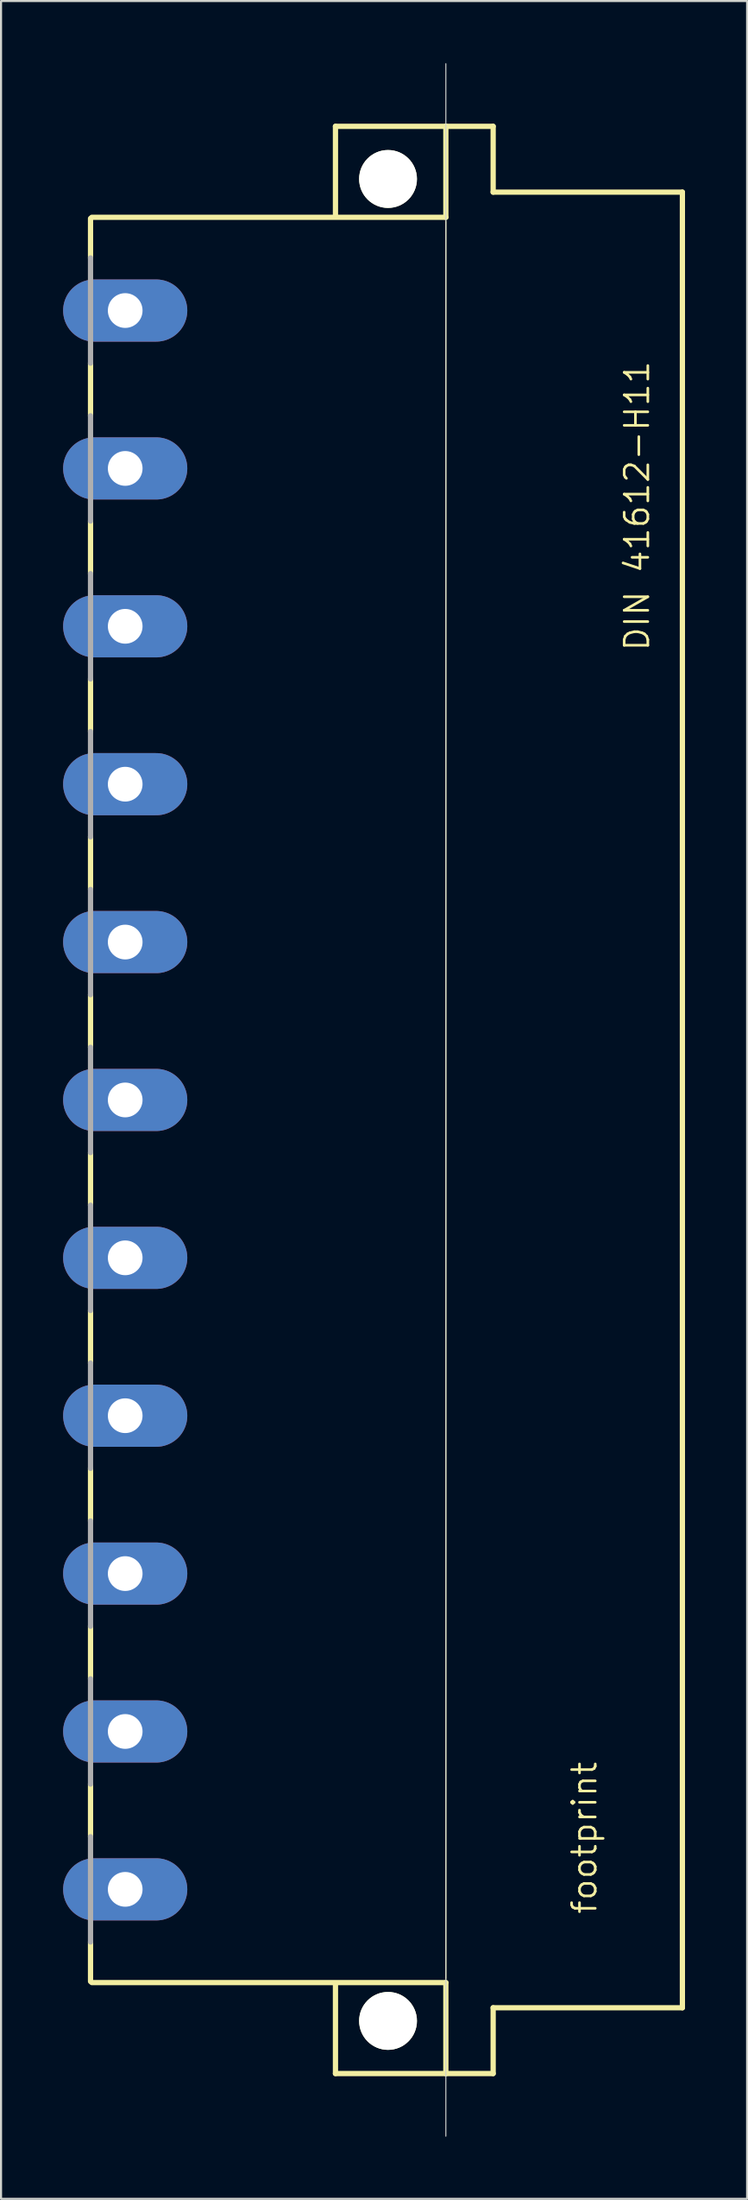
<source format=kicad_pcb>
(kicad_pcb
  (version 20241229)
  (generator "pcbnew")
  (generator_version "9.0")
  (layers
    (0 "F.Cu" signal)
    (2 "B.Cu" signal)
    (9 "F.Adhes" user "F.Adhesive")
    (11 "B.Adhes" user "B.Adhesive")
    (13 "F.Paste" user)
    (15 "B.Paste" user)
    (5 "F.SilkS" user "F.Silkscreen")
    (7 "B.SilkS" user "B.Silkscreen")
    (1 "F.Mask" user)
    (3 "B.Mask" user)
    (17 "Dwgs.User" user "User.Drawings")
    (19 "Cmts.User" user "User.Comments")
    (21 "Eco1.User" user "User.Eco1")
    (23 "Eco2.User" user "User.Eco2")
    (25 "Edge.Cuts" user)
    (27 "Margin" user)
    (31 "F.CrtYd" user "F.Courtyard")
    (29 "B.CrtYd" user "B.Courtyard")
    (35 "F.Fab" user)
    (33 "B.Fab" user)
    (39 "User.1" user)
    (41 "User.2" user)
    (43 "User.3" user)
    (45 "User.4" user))
  (footprint "footprint"
    (layer "F.Cu")
    (at 15.7 50.038)
    (property "Reference" "footprint" (at 10.16 39.37 90) (layer "F.SilkS") (effects (font (size 1.143 1.143) (thickness 0.127)) (justify left bottom)))
    (fp_line (start -14.376 -42.545) (end -14.376 -40.64) (stroke (width 0.254) (type solid)) (layer "F.SilkS"))
    (fp_line (start -14.376 -35.56) (end -14.376 -33.02) (stroke (width 0.254) (type solid)) (layer "F.SilkS"))
    (fp_line (start -14.376 -27.94) (end -14.376 -25.4) (stroke (width 0.254) (type solid)) (layer "F.SilkS"))
    (fp_line (start -14.376 -20.32) (end -14.376 -17.78) (stroke (width 0.254) (type solid)) (layer "F.SilkS"))
    (fp_line (start -14.376 -12.7) (end -14.376 -10.16) (stroke (width 0.254) (type solid)) (layer "F.SilkS"))
    (fp_line (start -14.376 -5.08) (end -14.376 -2.54) (stroke (width 0.254) (type solid)) (layer "F.SilkS"))
    (fp_line (start -14.376 2.54) (end -14.376 5.08) (stroke (width 0.254) (type solid)) (layer "F.SilkS"))
    (fp_line (start -14.376 10.16) (end -14.376 12.7) (stroke (width 0.254) (type solid)) (layer "F.SilkS"))
    (fp_line (start -14.376 17.78) (end -14.376 20.32) (stroke (width 0.254) (type solid)) (layer "F.SilkS"))
    (fp_line (start -14.376 25.4) (end -14.376 27.94) (stroke (width 0.254) (type solid)) (layer "F.SilkS"))
    (fp_line (start -14.376 33.02) (end -14.376 35.56) (stroke (width 0.254) (type solid)) (layer "F.SilkS"))
    (fp_line (start -14.376 40.64) (end -14.376 42.545) (stroke (width 0.254) (type solid)) (layer "F.SilkS"))
    (fp_line (start -14.313 -42.6) (end 2.794 -42.6) (stroke (width 0.254) (type solid)) (layer "F.SilkS"))
    (fp_line (start -14.313 42.6) (end 2.794 42.6) (stroke (width 0.254) (type solid)) (layer "F.SilkS"))
    (fp_line (start -2.54 -46.99) (end -2.54 -42.672) (stroke (width 0.254) (type solid)) (layer "F.SilkS"))
    (fp_line (start -2.54 -46.99) (end 2.794 -46.99) (stroke (width 0.254) (type solid)) (layer "F.SilkS"))
    (fp_line (start -2.54 42.672) (end -2.54 46.99) (stroke (width 0.254) (type solid)) (layer "F.SilkS"))
    (fp_line (start -2.54 46.99) (end 2.794 46.99) (stroke (width 0.254) (type solid)) (layer "F.SilkS"))
    (fp_line (start 2.794 -46.99) (end 2.794 -42.6) (stroke (width 0.254) (type solid)) (layer "F.SilkS"))
    (fp_line (start 2.794 -46.99) (end 5.08 -46.99) (stroke (width 0.254) (type solid)) (layer "F.SilkS"))
    (fp_line (start 2.794 -42.418) (end 2.794 42.418) (stroke (width 0.051) (type solid)) (layer "F.SilkS"))
    (fp_line (start 2.794 42.6) (end 2.794 46.99) (stroke (width 0.254) (type solid)) (layer "F.SilkS"))
    (fp_line (start 2.794 46.99) (end 5.08 46.99) (stroke (width 0.254) (type solid)) (layer "F.SilkS"))
    (fp_line (start 5.08 -46.99) (end 5.08 -43.815) (stroke (width 0.254) (type solid)) (layer "F.SilkS"))
    (fp_line (start 5.08 -43.815) (end 14.224 -43.815) (stroke (width 0.254) (type solid)) (layer "F.SilkS"))
    (fp_line (start 5.08 43.815) (end 14.224 43.815) (stroke (width 0.254) (type solid)) (layer "F.SilkS"))
    (fp_line (start 5.08 46.99) (end 5.08 43.815) (stroke (width 0.254) (type solid)) (layer "F.SilkS"))
    (fp_line (start 14.224 -43.815) (end 14.224 43.815) (stroke (width 0.254) (type solid)) (layer "F.SilkS"))
    (fp_circle (center 0 -44.45) (end 1.27 -44.45) (stroke (width 0.254) (type solid)) (fill no) (layer "F.SilkS"))
    (fp_circle (center 0 44.45) (end 1.27 44.45) (stroke (width 0.254) (type solid)) (fill no) (layer "F.SilkS"))
    (fp_line (start 2.794 50.013) (end 2.794 -50.013) (stroke (width 0.05) (type solid)) (layer "Edge.Cuts"))
    (fp_line (start -14.376 -40.64) (end -14.376 -35.56) (stroke (width 0.254) (type solid)) (layer "F.Fab"))
    (fp_line (start -14.376 -33.02) (end -14.376 -27.94) (stroke (width 0.254) (type solid)) (layer "F.Fab"))
    (fp_line (start -14.376 -25.4) (end -14.376 -20.32) (stroke (width 0.254) (type solid)) (layer "F.Fab"))
    (fp_line (start -14.376 -17.78) (end -14.376 -12.7) (stroke (width 0.254) (type solid)) (layer "F.Fab"))
    (fp_line (start -14.376 -10.16) (end -14.376 -5.08) (stroke (width 0.254) (type solid)) (layer "F.Fab"))
    (fp_line (start -14.376 -2.54) (end -14.376 2.54) (stroke (width 0.254) (type solid)) (layer "F.Fab"))
    (fp_line (start -14.376 5.08) (end -14.376 10.16) (stroke (width 0.254) (type solid)) (layer "F.Fab"))
    (fp_line (start -14.376 12.7) (end -14.376 17.78) (stroke (width 0.254) (type solid)) (layer "F.Fab"))
    (fp_line (start -14.376 20.32) (end -14.376 25.4) (stroke (width 0.254) (type solid)) (layer "F.Fab"))
    (fp_line (start -14.376 27.94) (end -14.376 33.02) (stroke (width 0.254) (type solid)) (layer "F.Fab"))
    (fp_line (start -14.376 35.56) (end -14.376 40.64) (stroke (width 0.254) (type solid)) (layer "F.Fab"))
    (fp_text user "DIN 41612-H11" (at 12.7 -21.59 90) (layer "F.SilkS") (effects (font (size 1.143 1.143) (thickness 0.127)) (justify left bottom)))
    (pad "" np_thru_hole circle (at 0 -44.45) (size 2.794 2.794) (drill 2.794) (layers "*.Cu" "*.Mask"))
    (pad "" np_thru_hole circle (at 0 44.45) (size 2.794 2.794) (drill 2.794) (layers "*.Cu" "*.Mask"))
    (pad "2" thru_hole oval (at -12.7 -38.1) (size 6 3) (drill 1.676) (layers "*.Cu" "*.Mask"))
    (pad "5" thru_hole oval (at -12.7 -30.48) (size 6 3) (drill 1.676) (layers "*.Cu" "*.Mask"))
    (pad "8" thru_hole oval (at -12.7 -22.86) (size 6 3) (drill 1.676) (layers "*.Cu" "*.Mask"))
    (pad "11" thru_hole oval (at -12.7 -15.24) (size 6 3) (drill 1.676) (layers "*.Cu" "*.Mask"))
    (pad "14" thru_hole oval (at -12.7 -7.62) (size 6 3) (drill 1.676) (layers "*.Cu" "*.Mask"))
    (pad "17" thru_hole oval (at -12.7 0) (size 6 3) (drill 1.676) (layers "*.Cu" "*.Mask"))
    (pad "20" thru_hole oval (at -12.7 7.62) (size 6 3) (drill 1.676) (layers "*.Cu" "*.Mask"))
    (pad "23" thru_hole oval (at -12.7 15.24) (size 6 3) (drill 1.676) (layers "*.Cu" "*.Mask"))
    (pad "26" thru_hole oval (at -12.7 22.86) (size 6 3) (drill 1.676) (layers "*.Cu" "*.Mask"))
    (pad "29" thru_hole oval (at -12.7 30.48) (size 6 3) (drill 1.676) (layers "*.Cu" "*.Mask"))
    (pad "32" thru_hole oval (at -12.7 38.1) (size 6 3) (drill 1.676) (layers "*.Cu" "*.Mask"))
    (zone (net_name "") (layers "F.Cu" "B.Cu") (hatch edge 0.508) (connect_pads) (min_thickness 0.254) (filled_areas_thickness no) (keepout (tracks allowed) (vias not_allowed) (pads allowed) (copperpour allowed) (footprints allowed)) (placement (enabled no)) (fill) (polygon (pts (xy 18.113 5.588) (xy 18.076 5.169) (xy 17.967 4.762) (xy 17.79 4.381) (xy 17.548 4.037) (xy 17.251 3.739) (xy 16.907 3.498) (xy 16.525 3.32) (xy 16.119 3.211) (xy 15.7 3.175) (xy 15.281 3.211) (xy 14.875 3.32) (xy 14.493 3.498) (xy 14.149 3.739) (xy 13.852 4.037) (xy 13.61 4.381) (xy 13.433 4.762) (xy 13.324 5.169) (xy 13.287 5.588) (xy 13.324 6.007) (xy 13.433 6.413) (xy 13.61 6.794) (xy 13.852 7.139) (xy 14.149 7.436) (xy 14.493 7.677) (xy 14.875 7.855) (xy 15.281 7.964) (xy 15.7 8.001) (xy 16.119 7.964) (xy 16.525 7.855) (xy 16.907 7.677) (xy 17.251 7.436) (xy 17.548 7.139) (xy 17.79 6.794) (xy 17.967 6.413) (xy 18.076 6.007))) (polygon (pts (xy 17.859 5.588) (xy 17.826 5.213) (xy 17.729 4.849) (xy 17.57 4.508) (xy 17.354 4.2) (xy 17.088 3.934) (xy 16.779 3.718) (xy 16.438 3.559) (xy 16.075 3.461) (xy 15.7 3.429) (xy 15.325 3.461) (xy 14.962 3.559) (xy 14.62 3.718) (xy 14.312 3.934) (xy 14.046 4.2) (xy 13.83 4.508) (xy 13.671 4.849) (xy 13.574 5.213) (xy 13.541 5.588) (xy 13.574 5.963) (xy 13.671 6.326) (xy 13.83 6.667) (xy 14.046 6.975) (xy 14.312 7.241) (xy 14.62 7.457) (xy 14.962 7.616) (xy 15.325 7.714) (xy 15.7 7.747) (xy 16.075 7.714) (xy 16.438 7.616) (xy 16.779 7.457) (xy 17.088 7.241) (xy 17.354 6.975) (xy 17.57 6.667) (xy 17.729 6.326) (xy 17.826 5.963))))
    (zone (net_name "") (layers "F.Cu" "B.Cu") (hatch edge 0.508) (connect_pads) (min_thickness 0.254) (filled_areas_thickness no) (keepout (tracks allowed) (vias not_allowed) (pads allowed) (copperpour allowed) (footprints allowed)) (placement (enabled no)) (fill) (polygon (pts (xy 18.113 94.488) (xy 18.076 94.069) (xy 17.967 93.662) (xy 17.79 93.281) (xy 17.548 92.937) (xy 17.251 92.639) (xy 16.907 92.398) (xy 16.525 92.22) (xy 16.119 92.111) (xy 15.7 92.075) (xy 15.281 92.111) (xy 14.875 92.22) (xy 14.493 92.398) (xy 14.149 92.639) (xy 13.852 92.937) (xy 13.61 93.281) (xy 13.433 93.662) (xy 13.324 94.069) (xy 13.287 94.488) (xy 13.324 94.907) (xy 13.433 95.313) (xy 13.61 95.694) (xy 13.852 96.039) (xy 14.149 96.336) (xy 14.493 96.577) (xy 14.875 96.755) (xy 15.281 96.864) (xy 15.7 96.901) (xy 16.119 96.864) (xy 16.525 96.755) (xy 16.907 96.577) (xy 17.251 96.336) (xy 17.548 96.039) (xy 17.79 95.694) (xy 17.967 95.313) (xy 18.076 94.907))) (polygon (pts (xy 17.859 94.488) (xy 17.826 94.113) (xy 17.729 93.749) (xy 17.57 93.408) (xy 17.354 93.1) (xy 17.088 92.834) (xy 16.779 92.618) (xy 16.438 92.459) (xy 16.075 92.361) (xy 15.7 92.329) (xy 15.325 92.361) (xy 14.962 92.459) (xy 14.62 92.618) (xy 14.312 92.834) (xy 14.046 93.1) (xy 13.83 93.408) (xy 13.671 93.749) (xy 13.574 94.113) (xy 13.541 94.488) (xy 13.574 94.863) (xy 13.671 95.226) (xy 13.83 95.567) (xy 14.046 95.875) (xy 14.312 96.141) (xy 14.62 96.357) (xy 14.962 96.516) (xy 15.325 96.614) (xy 15.7 96.647) (xy 16.075 96.614) (xy 16.438 96.516) (xy 16.779 96.357) (xy 17.088 96.141) (xy 17.354 95.875) (xy 17.57 95.567) (xy 17.729 95.226) (xy 17.826 94.863))))
    (zone (net_name "") (layer "B.Cu") (hatch edge 0.508) (connect_pads) (min_thickness 0.254) (filled_areas_thickness no) (keepout (tracks not_allowed) (vias not_allowed) (pads not_allowed) (copperpour not_allowed) (footprints allowed)) (placement (enabled no)) (fill) (polygon (pts (xy 18.113 5.588) (xy 18.076 5.169) (xy 17.967 4.762) (xy 17.79 4.381) (xy 17.548 4.037) (xy 17.251 3.739) (xy 16.907 3.498) (xy 16.525 3.32) (xy 16.119 3.211) (xy 15.7 3.175) (xy 15.281 3.211) (xy 14.875 3.32) (xy 14.493 3.498) (xy 14.149 3.739) (xy 13.852 4.037) (xy 13.61 4.381) (xy 13.433 4.762) (xy 13.324 5.169) (xy 13.287 5.588) (xy 13.324 6.007) (xy 13.433 6.413) (xy 13.61 6.794) (xy 13.852 7.139) (xy 14.149 7.436) (xy 14.493 7.677) (xy 14.875 7.855) (xy 15.281 7.964) (xy 15.7 8.001) (xy 16.119 7.964) (xy 16.525 7.855) (xy 16.907 7.677) (xy 17.251 7.436) (xy 17.548 7.139) (xy 17.79 6.794) (xy 17.967 6.413) (xy 18.076 6.007))) (polygon (pts (xy 17.859 5.588) (xy 17.826 5.213) (xy 17.729 4.849) (xy 17.57 4.508) (xy 17.354 4.2) (xy 17.088 3.934) (xy 16.779 3.718) (xy 16.438 3.559) (xy 16.075 3.461) (xy 15.7 3.429) (xy 15.325 3.461) (xy 14.962 3.559) (xy 14.62 3.718) (xy 14.312 3.934) (xy 14.046 4.2) (xy 13.83 4.508) (xy 13.671 4.849) (xy 13.574 5.213) (xy 13.541 5.588) (xy 13.574 5.963) (xy 13.671 6.326) (xy 13.83 6.667) (xy 14.046 6.975) (xy 14.312 7.241) (xy 14.62 7.457) (xy 14.962 7.616) (xy 15.325 7.714) (xy 15.7 7.747) (xy 16.075 7.714) (xy 16.438 7.616) (xy 16.779 7.457) (xy 17.088 7.241) (xy 17.354 6.975) (xy 17.57 6.667) (xy 17.729 6.326) (xy 17.826 5.963))))
    (zone (net_name "") (layer "B.Cu") (hatch edge 0.508) (connect_pads) (min_thickness 0.254) (filled_areas_thickness no) (keepout (tracks not_allowed) (vias not_allowed) (pads not_allowed) (copperpour not_allowed) (footprints allowed)) (placement (enabled no)) (fill) (polygon (pts (xy 18.113 94.488) (xy 18.076 94.069) (xy 17.967 93.662) (xy 17.79 93.281) (xy 17.548 92.937) (xy 17.251 92.639) (xy 16.907 92.398) (xy 16.525 92.22) (xy 16.119 92.111) (xy 15.7 92.075) (xy 15.281 92.111) (xy 14.875 92.22) (xy 14.493 92.398) (xy 14.149 92.639) (xy 13.852 92.937) (xy 13.61 93.281) (xy 13.433 93.662) (xy 13.324 94.069) (xy 13.287 94.488) (xy 13.324 94.907) (xy 13.433 95.313) (xy 13.61 95.694) (xy 13.852 96.039) (xy 14.149 96.336) (xy 14.493 96.577) (xy 14.875 96.755) (xy 15.281 96.864) (xy 15.7 96.901) (xy 16.119 96.864) (xy 16.525 96.755) (xy 16.907 96.577) (xy 17.251 96.336) (xy 17.548 96.039) (xy 17.79 95.694) (xy 17.967 95.313) (xy 18.076 94.907))) (polygon (pts (xy 17.859 94.488) (xy 17.826 94.113) (xy 17.729 93.749) (xy 17.57 93.408) (xy 17.354 93.1) (xy 17.088 92.834) (xy 16.779 92.618) (xy 16.438 92.459) (xy 16.075 92.361) (xy 15.7 92.329) (xy 15.325 92.361) (xy 14.962 92.459) (xy 14.62 92.618) (xy 14.312 92.834) (xy 14.046 93.1) (xy 13.83 93.408) (xy 13.671 93.749) (xy 13.574 94.113) (xy 13.541 94.488) (xy 13.574 94.863) (xy 13.671 95.226) (xy 13.83 95.567) (xy 14.046 95.875) (xy 14.312 96.141) (xy 14.62 96.357) (xy 14.962 96.516) (xy 15.325 96.614) (xy 15.7 96.647) (xy 16.075 96.614) (xy 16.438 96.516) (xy 16.779 96.357) (xy 17.088 96.141) (xy 17.354 95.875) (xy 17.57 95.567) (xy 17.729 95.226) (xy 17.826 94.863)))))
  (gr_rect
    (start -3 -3)
    (end 33.051 103.075)
    (stroke (width 0.1) (type default))
    (fill no)
    (layer "Edge.Cuts")))
</source>
